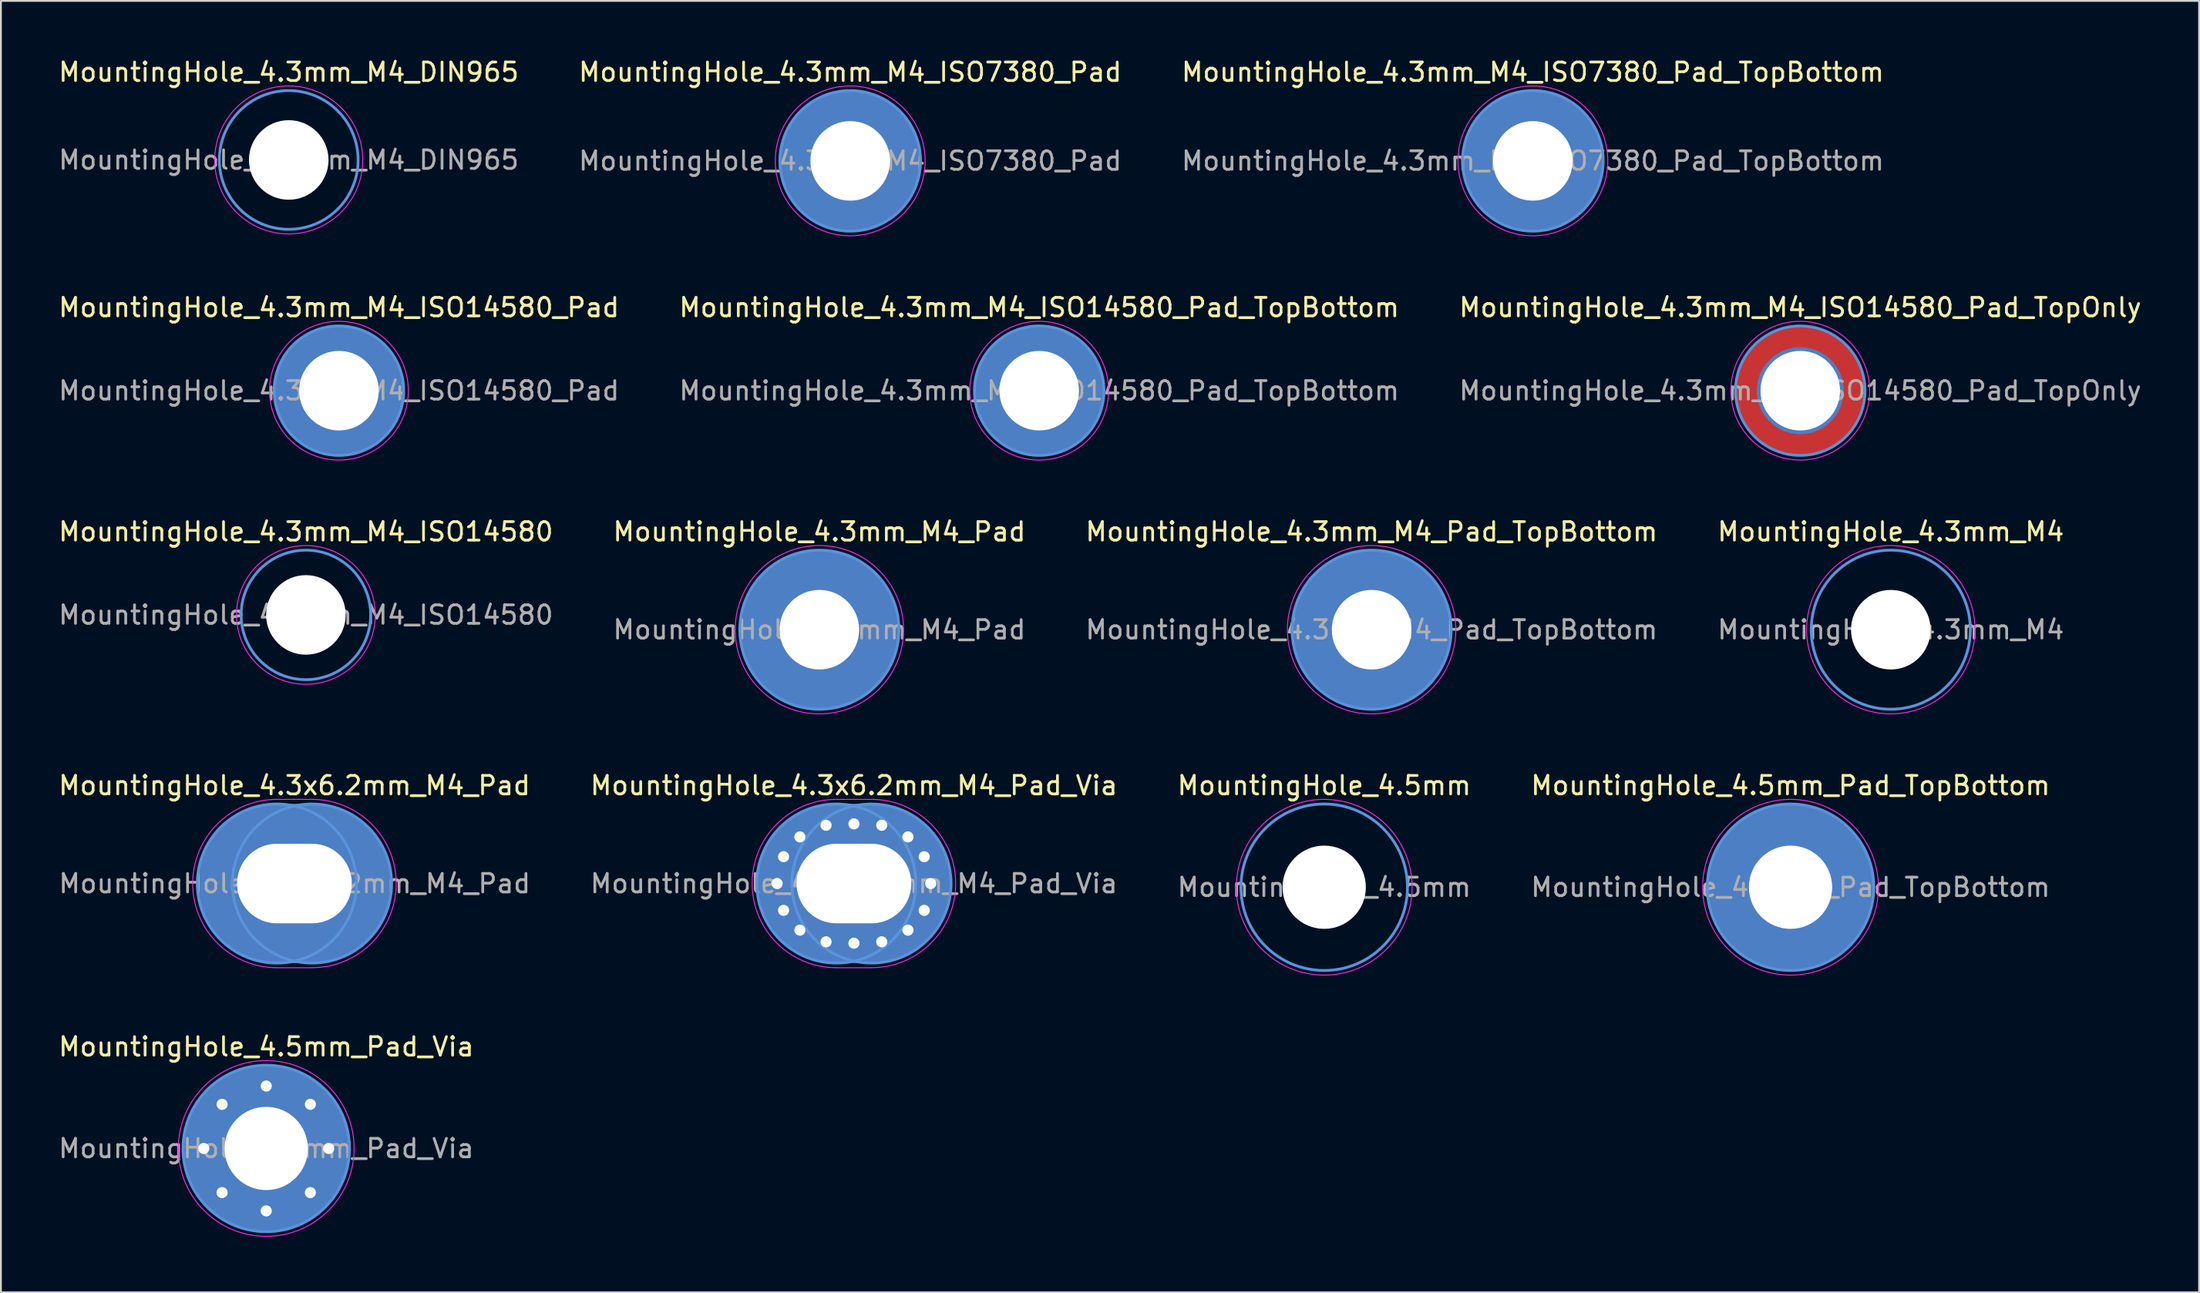
<source format=kicad_pcb>
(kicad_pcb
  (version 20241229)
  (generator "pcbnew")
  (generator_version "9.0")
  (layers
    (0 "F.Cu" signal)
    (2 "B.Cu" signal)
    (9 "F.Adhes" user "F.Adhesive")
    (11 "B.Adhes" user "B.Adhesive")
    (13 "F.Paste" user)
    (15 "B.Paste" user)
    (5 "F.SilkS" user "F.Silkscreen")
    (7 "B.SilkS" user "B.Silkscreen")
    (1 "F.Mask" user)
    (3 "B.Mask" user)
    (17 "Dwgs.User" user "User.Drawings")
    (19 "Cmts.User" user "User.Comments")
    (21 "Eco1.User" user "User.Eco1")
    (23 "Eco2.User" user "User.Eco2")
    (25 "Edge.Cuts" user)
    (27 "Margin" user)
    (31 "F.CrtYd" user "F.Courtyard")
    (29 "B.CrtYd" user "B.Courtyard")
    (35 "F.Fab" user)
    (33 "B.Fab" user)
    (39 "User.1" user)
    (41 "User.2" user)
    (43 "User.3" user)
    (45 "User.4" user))
  (footprint "MountingHole_4.3mm_M4_ISO14580_Pad_TopBottom"
    (layer "F.Cu")
    (at 53.113 18.072)
    (property "Reference" "MountingHole_4.3mm_M4_ISO14580_Pad_TopBottom" (at 0 -4.5 0) (layer "F.SilkS") (effects (font (size 1 1) (thickness 0.15))))
    (attr exclude_from_pos_files exclude_from_bom)
    (fp_circle (center 0 0) (end 3.5 0) (stroke (width 0.15) (type solid)) (fill no) (layer "Cmts.User"))
    (fp_circle (center 0 0) (end 3.75 0) (stroke (width 0.05) (type solid)) (fill no) (layer "F.CrtYd"))
    (fp_text user "${REFERENCE}" (at 0 0 0) (layer "F.Fab") (effects (font (size 1 1) (thickness 0.15))))
    (pad "" thru_hole circle (at 0 0) (size 4.7 4.7) (drill 4.3) (layers "*.Cu" "*.Mask"))
    (pad "" connect circle (at 0 0) (size 7 7) (layers "F.Cu" "F.Mask"))
    (pad "" connect circle (at 0 0) (size 7 7) (layers "B.Cu" "B.Mask")))
  (footprint "MountingHole_4.5mm_Pad_TopBottom"
    (layer "F.Cu")
    (at 93.718 44.918)
    (property "Reference" "MountingHole_4.5mm_Pad_TopBottom" (at 0 -5.5 0) (layer "F.SilkS") (effects (font (size 1 1) (thickness 0.15))))
    (attr exclude_from_pos_files exclude_from_bom)
    (fp_circle (center 0 0) (end 4.5 0) (stroke (width 0.15) (type solid)) (fill no) (layer "Cmts.User"))
    (fp_circle (center 0 0) (end 4.75 0) (stroke (width 0.05) (type solid)) (fill no) (layer "F.CrtYd"))
    (fp_text user "${REFERENCE}" (at 0 0 0) (layer "F.Fab") (effects (font (size 1 1) (thickness 0.15))))
    (pad "1" thru_hole circle (at 0 0) (size 4.9 4.9) (drill 4.5) (layers "*.Cu" "*.Mask"))
    (pad "1" connect circle (at 0 0) (size 9 9) (layers "F.Cu" "F.Mask"))
    (pad "1" connect circle (at 0 0) (size 9 9) (layers "B.Cu" "B.Mask")))
  (footprint "MountingHole_4.3mm_M4_Pad_TopBottom"
    (layer "F.Cu")
    (at 71.077 30.995)
    (property "Reference" "MountingHole_4.3mm_M4_Pad_TopBottom" (at 0 -5.3 0) (layer "F.SilkS") (effects (font (size 1 1) (thickness 0.15))))
    (attr exclude_from_pos_files exclude_from_bom)
    (fp_circle (center 0 0) (end 4.3 0) (stroke (width 0.15) (type solid)) (fill no) (layer "Cmts.User"))
    (fp_circle (center 0 0) (end 4.55 0) (stroke (width 0.05) (type solid)) (fill no) (layer "F.CrtYd"))
    (fp_text user "${REFERENCE}" (at 0 0 0) (layer "F.Fab") (effects (font (size 1 1) (thickness 0.15))))
    (pad "" thru_hole circle (at 0 0) (size 4.7 4.7) (drill 4.3) (layers "*.Cu" "*.Mask"))
    (pad "" connect circle (at 0 0) (size 8.6 8.6) (layers "F.Cu" "F.Mask"))
    (pad "" connect circle (at 0 0) (size 8.6 8.6) (layers "B.Cu" "B.Mask")))
  (footprint "MountingHole_4.3x6.2mm_M4_Pad"
    (layer "F.Cu")
    (at 12.863 44.718)
    (property "Reference" "MountingHole_4.3x6.2mm_M4_Pad" (at 0 -5.3 0) (layer "F.SilkS") (effects (font (size 1 1) (thickness 0.15))))
    (attr through_hole exclude_from_pos_files exclude_from_bom)
    (fp_circle (center -0.95 0) (end 3.35 0) (stroke (width 0.15) (type solid)) (fill no) (layer "Cmts.User"))
    (fp_circle (center 0.95 0) (end 5.25 0) (stroke (width 0.15) (type solid)) (fill no) (layer "Cmts.User"))
    (fp_line (start -0.95 -4.55) (end 0.95 -4.55) (stroke (width 0.05) (type solid)) (layer "F.CrtYd"))
    (fp_line (start 0.95 4.55) (end -0.95 4.55) (stroke (width 0.05) (type solid)) (layer "F.CrtYd"))
    (fp_arc (start -0.95 4.55) (mid -5.5 0) (end -0.95 -4.55) (stroke (width 0.05) (type solid)) (layer "F.CrtYd"))
    (fp_arc (start 0.95 -4.55) (mid 5.5 0) (end 0.95 4.55) (stroke (width 0.05) (type solid)) (layer "F.CrtYd"))
    (fp_text user "${REFERENCE}" (at 0.01 0 0) (layer "F.Fab") (effects (font (size 1 1) (thickness 0.15))))
    (pad "" thru_hole oval (at 0 0) (size 10.4 8.6) (drill oval 6.2 4.3) (layers "*.Cu" "*.Mask")))
  (footprint "MountingHole_4.3mm_M4"
    (layer "F.Cu")
    (at 99.137 30.995)
    (property "Reference" "MountingHole_4.3mm_M4" (at 0 -5.3 0) (layer "F.SilkS") (effects (font (size 1 1) (thickness 0.15))))
    (attr through_hole exclude_from_pos_files exclude_from_bom)
    (fp_circle (center 0 0) (end 4.3 0) (stroke (width 0.15) (type solid)) (fill no) (layer "Cmts.User"))
    (fp_circle (center 0 0) (end 4.55 0) (stroke (width 0.05) (type solid)) (fill no) (layer "F.CrtYd"))
    (fp_text user "${REFERENCE}" (at 0 0 0) (layer "F.Fab") (effects (font (size 1 1) (thickness 0.15))))
    (pad "" np_thru_hole circle (at 0 0) (size 4.3 4.3) (drill 4.3) (layers "*.Cu" "*.Mask")))
  (footprint "MountingHole_4.3mm_M4_Pad"
    (layer "F.Cu")
    (at 41.232 30.995)
    (property "Reference" "MountingHole_4.3mm_M4_Pad" (at 0 -5.3 0) (layer "F.SilkS") (effects (font (size 1 1) (thickness 0.15))))
    (attr exclude_from_pos_files exclude_from_bom)
    (fp_circle (center 0 0) (end 4.3 0) (stroke (width 0.15) (type solid)) (fill no) (layer "Cmts.User"))
    (fp_circle (center 0 0) (end 4.55 0) (stroke (width 0.05) (type solid)) (fill no) (layer "F.CrtYd"))
    (fp_text user "${REFERENCE}" (at 0 0 0) (layer "F.Fab") (effects (font (size 1 1) (thickness 0.15))))
    (pad "1" thru_hole circle (at 0 0) (size 8.6 8.6) (drill 4.3) (layers "*.Cu" "*.Mask")))
  (footprint "MountingHole_4.5mm"
    (layer "F.Cu")
    (at 68.516 44.918)
    (property "Reference" "MountingHole_4.5mm" (at 0 -5.5 0) (layer "F.SilkS") (effects (font (size 1 1) (thickness 0.15))))
    (attr exclude_from_pos_files exclude_from_bom)
    (fp_circle (center 0 0) (end 4.5 0) (stroke (width 0.15) (type solid)) (fill no) (layer "Cmts.User"))
    (fp_circle (center 0 0) (end 4.75 0) (stroke (width 0.05) (type solid)) (fill no) (layer "F.CrtYd"))
    (fp_text user "${REFERENCE}" (at 0 0 0) (layer "F.Fab") (effects (font (size 1 1) (thickness 0.15))))
    (pad "" np_thru_hole circle (at 0 0) (size 4.5 4.5) (drill 4.5) (layers "*.Cu" "*.Mask")))
  (footprint "MountingHole_4.3mm_M4_ISO14580_Pad"
    (layer "F.Cu")
    (at 15.268 18.072)
    (property "Reference" "MountingHole_4.3mm_M4_ISO14580_Pad" (at 0 -4.5 0) (layer "F.SilkS") (effects (font (size 1 1) (thickness 0.15))))
    (attr exclude_from_pos_files exclude_from_bom)
    (fp_circle (center 0 0) (end 3.5 0) (stroke (width 0.15) (type solid)) (fill no) (layer "Cmts.User"))
    (fp_circle (center 0 0) (end 3.75 0) (stroke (width 0.05) (type solid)) (fill no) (layer "F.CrtYd"))
    (fp_text user "${REFERENCE}" (at 0 0 0) (layer "F.Fab") (effects (font (size 1 1) (thickness 0.15))))
    (pad "" thru_hole circle (at 0 0) (size 7 7) (drill 4.3) (layers "*.Cu" "*.Mask")))
  (footprint "MountingHole_4.5mm_Pad_Via"
    (layer "F.Cu")
    (at 11.339 59.041)
    (property "Reference" "MountingHole_4.5mm_Pad_Via" (at 0 -5.5 0) (layer "F.SilkS") (effects (font (size 1 1) (thickness 0.15))))
    (attr exclude_from_pos_files exclude_from_bom)
    (fp_circle (center 0 0) (end 4.5 0) (stroke (width 0.15) (type solid)) (fill no) (layer "Cmts.User"))
    (fp_circle (center 0 0) (end 4.75 0) (stroke (width 0.05) (type solid)) (fill no) (layer "F.CrtYd"))
    (fp_text user "${REFERENCE}" (at 0 0 0) (layer "F.Fab") (effects (font (size 1 1) (thickness 0.15))))
    (pad "1" thru_hole circle (at -3.375 0) (size 0.9 0.9) (drill 0.6) (layers "*.Cu" "*.Mask"))
    (pad "1" thru_hole circle (at -2.386 -2.386) (size 0.9 0.9) (drill 0.6) (layers "*.Cu" "*.Mask"))
    (pad "1" thru_hole circle (at -2.386 2.386) (size 0.9 0.9) (drill 0.6) (layers "*.Cu" "*.Mask"))
    (pad "1" thru_hole circle (at 0 -3.375) (size 0.9 0.9) (drill 0.6) (layers "*.Cu" "*.Mask"))
    (pad "1" thru_hole circle (at 0 0) (size 9 9) (drill 4.5) (layers "*.Cu" "*.Mask"))
    (pad "1" thru_hole circle (at 0 3.375) (size 0.9 0.9) (drill 0.6) (layers "*.Cu" "*.Mask"))
    (pad "1" thru_hole circle (at 2.386 -2.386) (size 0.9 0.9) (drill 0.6) (layers "*.Cu" "*.Mask"))
    (pad "1" thru_hole circle (at 2.386 2.386) (size 0.9 0.9) (drill 0.6) (layers "*.Cu" "*.Mask"))
    (pad "1" thru_hole circle (at 3.375 0) (size 0.9 0.9) (drill 0.6) (layers "*.Cu" "*.Mask")))
  (footprint "MountingHole_4.3mm_M4_ISO14580"
    (layer "F.Cu")
    (at 13.482 30.195)
    (property "Reference" "MountingHole_4.3mm_M4_ISO14580" (at 0 -4.5 0) (layer "F.SilkS") (effects (font (size 1 1) (thickness 0.15))))
    (attr through_hole exclude_from_pos_files exclude_from_bom)
    (fp_circle (center 0 0) (end 3.5 0) (stroke (width 0.15) (type solid)) (fill no) (layer "Cmts.User"))
    (fp_circle (center 0 0) (end 3.75 0) (stroke (width 0.05) (type solid)) (fill no) (layer "F.CrtYd"))
    (fp_text user "${REFERENCE}" (at 0 0 0) (layer "F.Fab") (effects (font (size 1 1) (thickness 0.15))))
    (pad "" np_thru_hole circle (at 0 0) (size 4.3 4.3) (drill 4.3) (layers "*.Cu" "*.Mask")))
  (footprint "MountingHole_4.3mm_M4_ISO7380_Pad_TopBottom"
    (layer "F.Cu")
    (at 79.792 5.648)
    (property "Reference" "MountingHole_4.3mm_M4_ISO7380_Pad_TopBottom" (at 0 -4.8 0) (layer "F.SilkS") (effects (font (size 1 1) (thickness 0.15))))
    (attr exclude_from_pos_files exclude_from_bom)
    (fp_circle (center 0 0) (end 3.8 0) (stroke (width 0.15) (type solid)) (fill no) (layer "Cmts.User"))
    (fp_circle (center 0 0) (end 4.05 0) (stroke (width 0.05) (type solid)) (fill no) (layer "F.CrtYd"))
    (fp_text user "${REFERENCE}" (at 0 0 0) (layer "F.Fab") (effects (font (size 1 1) (thickness 0.15))))
    (pad "" thru_hole circle (at 0 0) (size 4.7 4.7) (drill 4.3) (layers "*.Cu" "*.Mask"))
    (pad "" connect circle (at 0 0) (size 7.6 7.6) (layers "F.Cu" "F.Mask"))
    (pad "" connect circle (at 0 0) (size 7.6 7.6) (layers "B.Cu" "B.Mask")))
  (footprint "MountingHole_4.3mm_M4_ISO7380_Pad"
    (layer "F.Cu")
    (at 42.899 5.648)
    (property "Reference" "MountingHole_4.3mm_M4_ISO7380_Pad" (at 0 -4.8 0) (layer "F.SilkS") (effects (font (size 1 1) (thickness 0.15))))
    (attr exclude_from_pos_files exclude_from_bom)
    (fp_circle (center 0 0) (end 3.8 0) (stroke (width 0.15) (type solid)) (fill no) (layer "Cmts.User"))
    (fp_circle (center 0 0) (end 4.05 0) (stroke (width 0.05) (type solid)) (fill no) (layer "F.CrtYd"))
    (fp_text user "${REFERENCE}" (at 0 0 0) (layer "F.Fab") (effects (font (size 1 1) (thickness 0.15))))
    (pad "" thru_hole circle (at 0 0) (size 7.6 7.6) (drill 4.3) (layers "*.Cu" "*.Mask")))
  (footprint "MountingHole_4.3mm_M4_ISO14580_Pad_TopOnly"
    (layer "F.Cu")
    (at 94.244 18.072)
    (property "Reference" "MountingHole_4.3mm_M4_ISO14580_Pad_TopOnly" (at 0 -4.5 0) (layer "F.SilkS") (effects (font (size 1 1) (thickness 0.15))))
    (attr exclude_from_pos_files exclude_from_bom)
    (fp_circle (center 0 0) (end 3.5 0) (stroke (width 0.15) (type solid)) (fill no) (layer "Cmts.User"))
    (fp_circle (center 0 0) (end 3.75 0) (stroke (width 0.05) (type solid)) (fill no) (layer "F.CrtYd"))
    (fp_text user "${REFERENCE}" (at 0 0 0) (layer "F.Fab") (effects (font (size 1 1) (thickness 0.15))))
    (pad "1" thru_hole circle (at 0 0) (size 4.7 4.7) (drill 4.3) (layers "*.Cu" "*.Mask"))
    (pad "1" connect circle (at 0 0) (size 7 7) (layers "F.Cu" "F.Mask")))
  (footprint "MountingHole_4.3mm_M4_DIN965"
    (layer "F.Cu")
    (at 12.554 5.598)
    (property "Reference" "MountingHole_4.3mm_M4_DIN965" (at 0 -4.75 0) (layer "F.SilkS") (effects (font (size 1 1) (thickness 0.15))))
    (attr through_hole exclude_from_pos_files exclude_from_bom)
    (fp_circle (center 0 0) (end 3.75 0) (stroke (width 0.15) (type solid)) (fill no) (layer "Cmts.User"))
    (fp_circle (center 0 0) (end 4 0) (stroke (width 0.05) (type solid)) (fill no) (layer "F.CrtYd"))
    (fp_text user "${REFERENCE}" (at 0 0 0) (layer "F.Fab") (effects (font (size 1 1) (thickness 0.15))))
    (pad "" np_thru_hole circle (at 0 0) (size 4.3 4.3) (drill 4.3) (layers "*.Cu" "*.Mask")))
  (footprint "MountingHole_4.3x6.2mm_M4_Pad_Via"
    (layer "F.Cu")
    (at 43.099 44.718)
    (property "Reference" "MountingHole_4.3x6.2mm_M4_Pad_Via" (at 0 -5.3 0) (layer "F.SilkS") (effects (font (size 1 1) (thickness 0.15))))
    (attr through_hole exclude_from_pos_files exclude_from_bom)
    (fp_circle (center -0.95 0) (end 3.35 0) (stroke (width 0.15) (type solid)) (fill no) (layer "Cmts.User"))
    (fp_circle (center 0.95 0) (end 5.25 0) (stroke (width 0.15) (type solid)) (fill no) (layer "Cmts.User"))
    (fp_line (start -0.95 -4.55) (end 0.95 -4.55) (stroke (width 0.05) (type solid)) (layer "F.CrtYd"))
    (fp_line (start 0.95 4.55) (end -0.95 4.55) (stroke (width 0.05) (type solid)) (layer "F.CrtYd"))
    (fp_arc (start -0.95 4.55) (mid -5.5 0) (end -0.95 -4.55) (stroke (width 0.05) (type solid)) (layer "F.CrtYd"))
    (fp_arc (start 0.95 -4.55) (mid 5.5 0) (end 0.95 4.55) (stroke (width 0.05) (type solid)) (layer "F.CrtYd"))
    (fp_text user "${REFERENCE}" (at 0 0 0) (layer "F.Fab") (effects (font (size 1 1) (thickness 0.15))))
    (pad "" thru_hole circle (at -4.15 0) (size 0.9 0.9) (drill 0.6) (layers "*.Cu" "*.Mask"))
    (pad "" thru_hole circle (at -3.801 -1.45) (size 0.9 0.9) (drill 0.6) (layers "*.Cu" "*.Mask"))
    (pad "" thru_hole circle (at -3.801 1.45) (size 0.9 0.9) (drill 0.6) (layers "*.Cu" "*.Mask"))
    (pad "" thru_hole circle (at -2.92 -2.521) (size 0.9 0.9) (drill 0.6) (layers "*.Cu" "*.Mask"))
    (pad "" thru_hole circle (at -2.92 2.521) (size 0.9 0.9) (drill 0.6) (layers "*.Cu" "*.Mask"))
    (pad "" thru_hole circle (at -1.505 -3.151) (size 0.9 0.9) (drill 0.6) (layers "*.Cu" "*.Mask"))
    (pad "" thru_hole circle (at -1.505 3.151) (size 0.9 0.9) (drill 0.6) (layers "*.Cu" "*.Mask"))
    (pad "" thru_hole circle (at 0 -3.225) (size 0.9 0.9) (drill 0.6) (layers "*.Cu" "*.Mask"))
    (pad "" thru_hole oval (at 0 0) (size 10.4 8.6) (drill oval 6.2 4.3) (layers "*.Cu" "*.Mask"))
    (pad "" thru_hole circle (at 0 3.225) (size 0.9 0.9) (drill 0.6) (layers "*.Cu" "*.Mask"))
    (pad "" thru_hole circle (at 1.505 -3.151) (size 0.9 0.9) (drill 0.6) (layers "*.Cu" "*.Mask"))
    (pad "" thru_hole circle (at 1.505 3.151) (size 0.9 0.9) (drill 0.6) (layers "*.Cu" "*.Mask"))
    (pad "" thru_hole circle (at 2.92 -2.521) (size 0.9 0.9) (drill 0.6) (layers "*.Cu" "*.Mask"))
    (pad "" thru_hole circle (at 2.92 2.521) (size 0.9 0.9) (drill 0.6) (layers "*.Cu" "*.Mask"))
    (pad "" thru_hole circle (at 3.801 -1.45) (size 0.9 0.9) (drill 0.6) (layers "*.Cu" "*.Mask"))
    (pad "" thru_hole circle (at 3.801 1.45) (size 0.9 0.9) (drill 0.6) (layers "*.Cu" "*.Mask"))
    (pad "" thru_hole circle (at 4.15 0) (size 0.9 0.9) (drill 0.6) (layers "*.Cu" "*.Mask")))
  (gr_rect
    (start -3 -3)
    (end 115.798 66.816)
    (stroke (width 0.1) (type default))
    (fill no)
    (layer "Edge.Cuts")))
</source>
